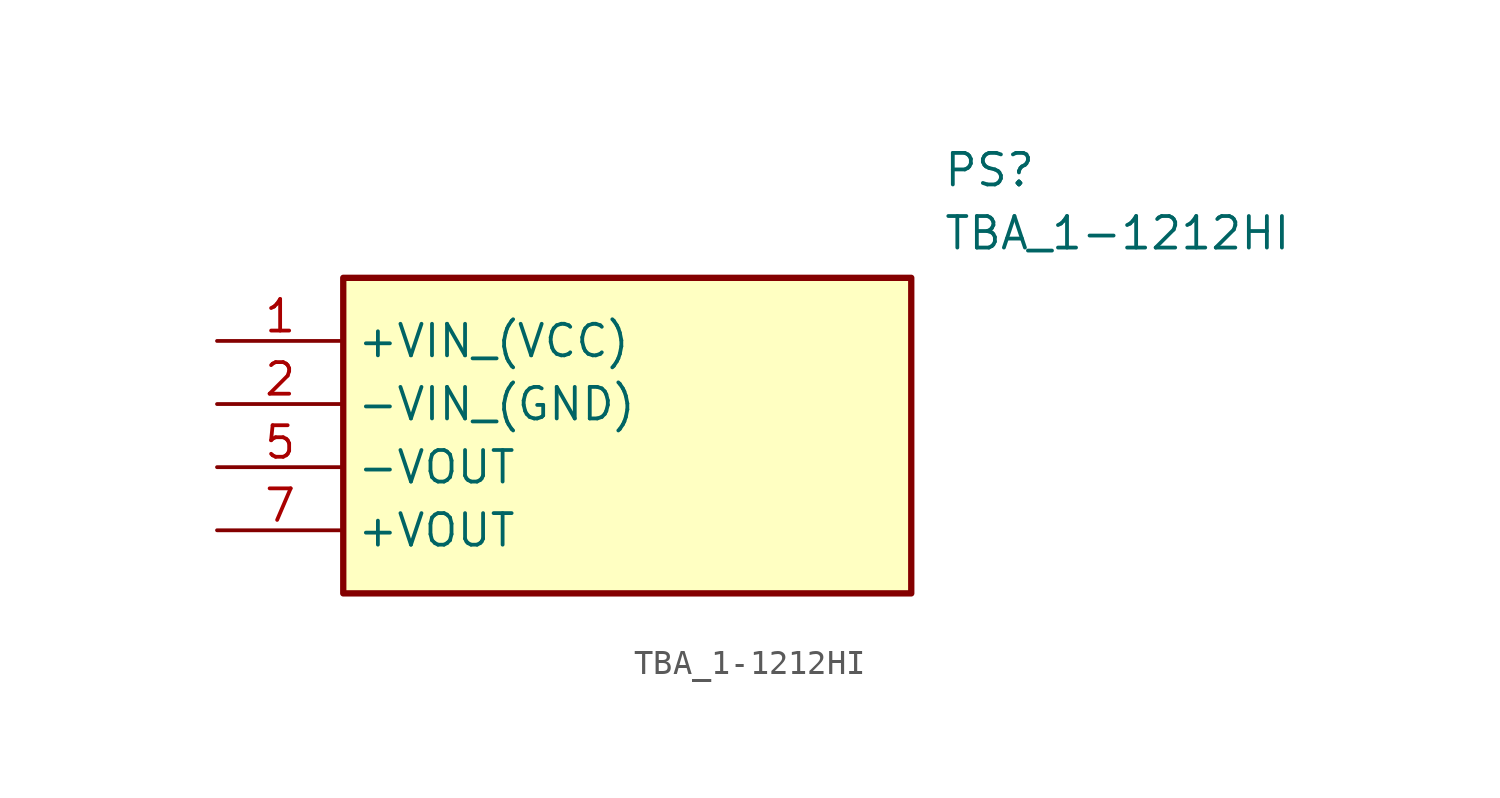
<source format=kicad_sym>
(kicad_symbol_lib
  (version 20211014)
  (generator SamacSys_ECAD_Model)
  (symbol "TBA_1-1212HI"
    (property "Reference" "PS"
      (at 29.21 7.62 0)
      (effects (font (size 1.27 1.27)) (justify left top)))
    (property "Value" "TBA_1-1212HI"
      (at 29.21 5.08 0)
      (effects (font (size 1.27 1.27)) (justify left top)))
    (rectangle
      (start 5.08 2.54)
      (end 27.94 -10.16)
      (stroke (width 0.254) (type default))
      (fill (type background)))
    (pin passive line
      (at 0 0 0)
      (length 5.08)
      (name "+VIN_(VCC)" (effects (font (size 1.27 1.27))))
      (number "1" (effects (font (size 1.27 1.27)))))
    (pin passive line
      (at 0 -2.54 0)
      (length 5.08)
      (name "-VIN_(GND)" (effects (font (size 1.27 1.27))))
      (number "2" (effects (font (size 1.27 1.27)))))
    (pin passive line
      (at 0 -5.08 0)
      (length 5.08)
      (name "-VOUT" (effects (font (size 1.27 1.27))))
      (number "5" (effects (font (size 1.27 1.27)))))
    (pin passive line
      (at 0 -7.62 0)
      (length 5.08)
      (name "+VOUT" (effects (font (size 1.27 1.27))))
      (number "7" (effects (font (size 1.27 1.27)))))))
</source>
